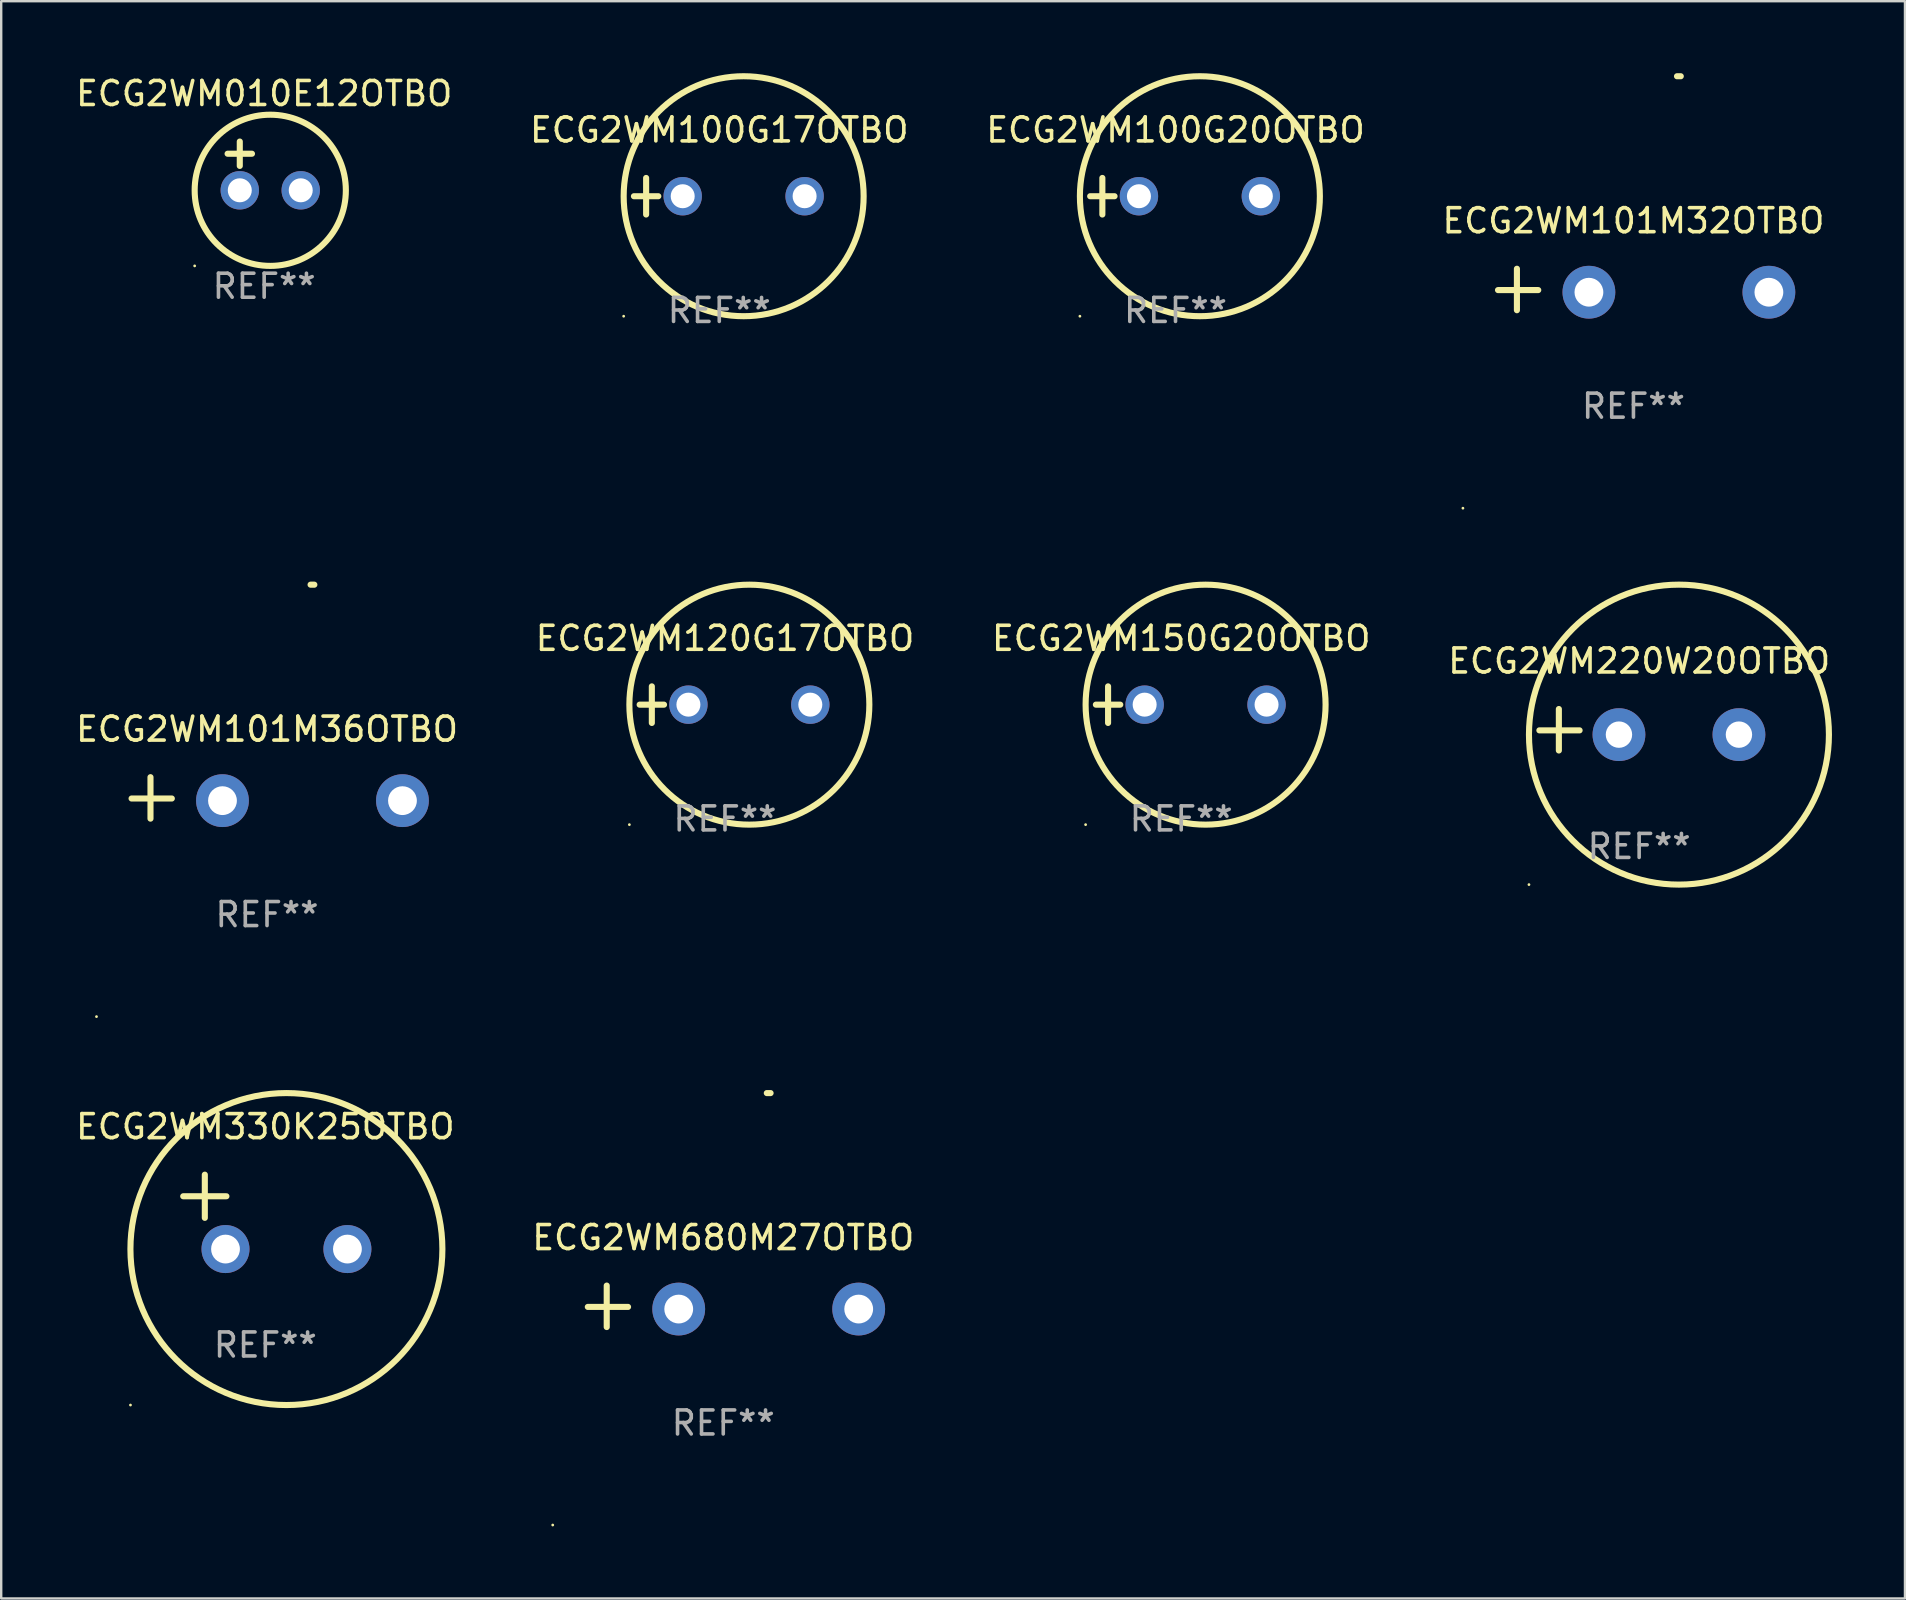
<source format=kicad_pcb>
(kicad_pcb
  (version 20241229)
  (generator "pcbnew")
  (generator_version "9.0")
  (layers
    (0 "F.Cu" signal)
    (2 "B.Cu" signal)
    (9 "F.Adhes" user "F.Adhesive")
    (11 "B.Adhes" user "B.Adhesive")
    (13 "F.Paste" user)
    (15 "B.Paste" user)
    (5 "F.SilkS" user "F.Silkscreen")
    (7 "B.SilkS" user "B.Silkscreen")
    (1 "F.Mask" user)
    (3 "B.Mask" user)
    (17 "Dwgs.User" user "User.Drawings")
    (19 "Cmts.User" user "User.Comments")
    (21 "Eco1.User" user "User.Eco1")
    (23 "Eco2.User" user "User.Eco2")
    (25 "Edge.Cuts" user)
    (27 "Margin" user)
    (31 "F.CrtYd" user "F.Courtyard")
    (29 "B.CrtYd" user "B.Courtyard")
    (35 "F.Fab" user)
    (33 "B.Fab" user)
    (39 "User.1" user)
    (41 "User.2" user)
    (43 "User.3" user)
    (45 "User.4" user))
  (footprint "ECG2WM010E12OTBO"
    (layer "F.Cu")
    (at 7.958 3.864)
    (property "Reference" "ECG2WM010E12OTBO" (at 0 -3.016 0) (layer "F.SilkS") (effects (font (size 1 1) (thickness 0.15))))
    (attr through_hole)
    (fp_line (start -1.524 -0.508) (end -0.508 -0.508) (stroke (width 0.254) (type solid)) (layer "F.SilkS"))
    (fp_line (start -1.016 -1.016) (end -1.016 0) (stroke (width 0.254) (type solid)) (layer "F.SilkS"))
    (fp_circle (center -2.896 4.166) (end -2.866 4.166) (stroke (width 0.06) (type solid)) (fill no) (layer "F.SilkS"))
    (fp_circle (center 0.254 1.016) (end 3.404 1.016) (stroke (width 0.254) (type solid)) (fill no) (layer "F.SilkS"))
    (fp_text user "REF**" (at 0 5.016 0) (layer "F.Fab") (effects (font (size 1 1) (thickness 0.15))))
    (pad "1" thru_hole circle (at -1.016 1.016) (size 1.6 1.6) (drill 1) (layers "*.Cu" "*.Mask"))
    (pad "2" thru_hole circle (at 1.524 1.016) (size 1.6 1.6) (drill 1) (layers "*.Cu" "*.Mask")))
  (footprint "ECG2WM101M36OTBO"
    (layer "F.Cu")
    (at 8.077 30.2)
    (property "Reference" "ECG2WM101M36OTBO" (at 0 -2.864 0) (layer "F.SilkS") (effects (font (size 1 1) (thickness 0.15))))
    (attr through_hole)
    (fp_line (start -4.856 0.864) (end -4.856 -0.864) (stroke (width 0.254) (type solid)) (layer "F.SilkS"))
    (fp_line (start -3.967 0.025) (end -5.644 0.025) (stroke (width 0.254) (type solid)) (layer "F.SilkS"))
    (fp_arc (start 1.815024 -8.885649) (mid 1.893764 -8.88599) (end 1.972504 -8.885649) (stroke (width 0.254001) (type solid)) (layer "F.SilkS"))
    (fp_circle (center -7.106 9.114) (end -7.076 9.114) (stroke (width 0.06) (type solid)) (fill no) (layer "F.SilkS"))
    (fp_text user "REF**" (at 0 4.864 0) (layer "F.Fab") (effects (font (size 1 1) (thickness 0.15))))
    (pad "1" thru_hole circle (at -1.856 0.114) (size 2.2 2.2) (drill 1.2) (layers "*.Cu" "*.Mask"))
    (pad "2" thru_hole circle (at 5.644 0.114) (size 2.2 2.2) (drill 1.2) (layers "*.Cu" "*.Mask")))
  (footprint "ECG2WM330K25OTBO"
    (layer "F.Cu")
    (at 8.006 47.45)
    (property "Reference" "ECG2WM330K25OTBO" (at 0 -3.55 0) (layer "F.SilkS") (effects (font (size 1 1) (thickness 0.15))))
    (attr through_hole)
    (fp_line (start -3.421 -0.65) (end -1.621 -0.65) (stroke (width 0.254) (type solid)) (layer "F.SilkS"))
    (fp_line (start -2.521 -1.55) (end -2.521 0.25) (stroke (width 0.254) (type solid)) (layer "F.SilkS"))
    (fp_circle (center -5.619 8.05) (end -5.589 8.05) (stroke (width 0.06) (type solid)) (fill no) (layer "F.SilkS"))
    (fp_circle (center 0.879 1.55) (end 7.379 1.55) (stroke (width 0.254) (type solid)) (fill no) (layer "F.SilkS"))
    (fp_text user "REF**" (at 0 5.55 0) (layer "F.Fab") (effects (font (size 1 1) (thickness 0.15))))
    (pad "1" thru_hole circle (at -1.659 1.55) (size 2 2) (drill 1.2) (layers "*.Cu" "*.Mask"))
    (pad "2" thru_hole circle (at 3.421 1.55) (size 2 2) (drill 1.2) (layers "*.Cu" "*.Mask")))
  (footprint "ECG2WM220W20OTBO"
    (layer "F.Cu")
    (at 65.256 27.36)
    (property "Reference" "ECG2WM220W20OTBO" (at 0 -2.864 0) (layer "F.SilkS") (effects (font (size 1 1) (thickness 0.15))))
    (attr through_hole)
    (fp_line (start -3.346 0.864) (end -3.346 -0.864) (stroke (width 0.254) (type solid)) (layer "F.SilkS"))
    (fp_line (start -2.482 0.025) (end -4.158 0.025) (stroke (width 0.254) (type solid)) (layer "F.SilkS"))
    (fp_circle (center -4.592 6.453) (end -4.562 6.453) (stroke (width 0.06) (type solid)) (fill no) (layer "F.SilkS"))
    (fp_circle (center 1.658 0.203) (end 7.908 0.203) (stroke (width 0.254) (type solid)) (fill no) (layer "F.SilkS"))
    (fp_text user "REF**" (at 0 4.864 0) (layer "F.Fab") (effects (font (size 1 1) (thickness 0.15))))
    (pad "1" thru_hole circle (at -0.842 0.203) (size 2.2 2.2) (drill 1.1) (layers "*.Cu" "*.Mask"))
    (pad "2" thru_hole circle (at 4.158 0.203) (size 2.2 2.2) (drill 1.1) (layers "*.Cu" "*.Mask")))
  (footprint "ECG2WM100G20OTBO"
    (layer "F.Cu")
    (at 45.935 5.127)
    (property "Reference" "ECG2WM100G20OTBO" (at 0 -2.762 0) (layer "F.SilkS") (effects (font (size 1 1) (thickness 0.15))))
    (attr through_hole)
    (fp_line (start -3.556 0) (end -2.54 0) (stroke (width 0.254) (type solid)) (layer "F.SilkS"))
    (fp_line (start -3.048 -0.762) (end -3.048 0.762) (stroke (width 0.254) (type solid)) (layer "F.SilkS"))
    (fp_circle (center -3.984 5) (end -3.954 5) (stroke (width 0.06) (type solid)) (fill no) (layer "F.SilkS"))
    (fp_circle (center 1.016 0) (end 6.016 0) (stroke (width 0.254) (type solid)) (fill no) (layer "F.SilkS"))
    (fp_text user "REF**" (at 0 4.762 0) (layer "F.Fab") (effects (font (size 1 1) (thickness 0.15))))
    (pad "1" thru_hole circle (at -1.524 0) (size 1.6 1.6) (drill 1) (layers "*.Cu" "*.Mask"))
    (pad "2" thru_hole circle (at 3.556 0) (size 1.6 1.6) (drill 1) (layers "*.Cu" "*.Mask")))
  (footprint "ECG2WM100G17OTBO"
    (layer "F.Cu")
    (at 26.923 5.127)
    (property "Reference" "ECG2WM100G17OTBO" (at 0 -2.762 0) (layer "F.SilkS") (effects (font (size 1 1) (thickness 0.15))))
    (attr through_hole)
    (fp_line (start -3.556 0) (end -2.54 0) (stroke (width 0.254) (type solid)) (layer "F.SilkS"))
    (fp_line (start -3.048 -0.762) (end -3.048 0.762) (stroke (width 0.254) (type solid)) (layer "F.SilkS"))
    (fp_circle (center -3.984 5) (end -3.954 5) (stroke (width 0.06) (type solid)) (fill no) (layer "F.SilkS"))
    (fp_circle (center 1.016 0) (end 6.016 0) (stroke (width 0.254) (type solid)) (fill no) (layer "F.SilkS"))
    (fp_text user "REF**" (at 0 4.762 0) (layer "F.Fab") (effects (font (size 1 1) (thickness 0.15))))
    (pad "1" thru_hole circle (at -1.524 0) (size 1.6 1.6) (drill 1) (layers "*.Cu" "*.Mask"))
    (pad "2" thru_hole circle (at 3.556 0) (size 1.6 1.6) (drill 1) (layers "*.Cu" "*.Mask")))
  (footprint "ECG2WM680M27OTBO"
    (layer "F.Cu")
    (at 27.089 51.386)
    (property "Reference" "ECG2WM680M27OTBO" (at 0 -2.864 0) (layer "F.SilkS") (effects (font (size 1 1) (thickness 0.15))))
    (attr through_hole)
    (fp_line (start -4.856 0.864) (end -4.856 -0.864) (stroke (width 0.254) (type solid)) (layer "F.SilkS"))
    (fp_line (start -3.967 0.025) (end -5.644 0.025) (stroke (width 0.254) (type solid)) (layer "F.SilkS"))
    (fp_arc (start 1.815024 -8.885649) (mid 1.893764 -8.88599) (end 1.972504 -8.885649) (stroke (width 0.254001) (type solid)) (layer "F.SilkS"))
    (fp_circle (center -7.106 9.114) (end -7.076 9.114) (stroke (width 0.06) (type solid)) (fill no) (layer "F.SilkS"))
    (fp_text user "REF**" (at 0 4.864 0) (layer "F.Fab") (effects (font (size 1 1) (thickness 0.15))))
    (pad "1" thru_hole circle (at -1.856 0.114) (size 2.2 2.2) (drill 1.2) (layers "*.Cu" "*.Mask"))
    (pad "2" thru_hole circle (at 5.644 0.114) (size 2.2 2.2) (drill 1.2) (layers "*.Cu" "*.Mask")))
  (footprint "ECG2WM120G17OTBO"
    (layer "F.Cu")
    (at 27.161 26.314)
    (property "Reference" "ECG2WM120G17OTBO" (at 0 -2.762 0) (layer "F.SilkS") (effects (font (size 1 1) (thickness 0.15))))
    (attr through_hole)
    (fp_line (start -3.556 0) (end -2.54 0) (stroke (width 0.254) (type solid)) (layer "F.SilkS"))
    (fp_line (start -3.048 -0.762) (end -3.048 0.762) (stroke (width 0.254) (type solid)) (layer "F.SilkS"))
    (fp_circle (center -3.984 5) (end -3.954 5) (stroke (width 0.06) (type solid)) (fill no) (layer "F.SilkS"))
    (fp_circle (center 1.016 0) (end 6.016 0) (stroke (width 0.254) (type solid)) (fill no) (layer "F.SilkS"))
    (fp_text user "REF**" (at 0 4.762 0) (layer "F.Fab") (effects (font (size 1 1) (thickness 0.15))))
    (pad "1" thru_hole circle (at -1.524 0) (size 1.6 1.6) (drill 1) (layers "*.Cu" "*.Mask"))
    (pad "2" thru_hole circle (at 3.556 0) (size 1.6 1.6) (drill 1) (layers "*.Cu" "*.Mask")))
  (footprint "ECG2WM150G20OTBO"
    (layer "F.Cu")
    (at 46.173 26.314)
    (property "Reference" "ECG2WM150G20OTBO" (at 0 -2.762 0) (layer "F.SilkS") (effects (font (size 1 1) (thickness 0.15))))
    (attr through_hole)
    (fp_line (start -3.556 0) (end -2.54 0) (stroke (width 0.254) (type solid)) (layer "F.SilkS"))
    (fp_line (start -3.048 -0.762) (end -3.048 0.762) (stroke (width 0.254) (type solid)) (layer "F.SilkS"))
    (fp_circle (center -3.984 5) (end -3.954 5) (stroke (width 0.06) (type solid)) (fill no) (layer "F.SilkS"))
    (fp_circle (center 1.016 0) (end 6.016 0) (stroke (width 0.254) (type solid)) (fill no) (layer "F.SilkS"))
    (fp_text user "REF**" (at 0 4.762 0) (layer "F.Fab") (effects (font (size 1 1) (thickness 0.15))))
    (pad "1" thru_hole circle (at -1.524 0) (size 1.6 1.6) (drill 1) (layers "*.Cu" "*.Mask"))
    (pad "2" thru_hole circle (at 3.556 0) (size 1.6 1.6) (drill 1) (layers "*.Cu" "*.Mask")))
  (footprint "ECG2WM101M32OTBO"
    (layer "F.Cu")
    (at 65.018 9.013)
    (property "Reference" "ECG2WM101M32OTBO" (at 0 -2.864 0) (layer "F.SilkS") (effects (font (size 1 1) (thickness 0.15))))
    (attr through_hole)
    (fp_line (start -4.856 0.864) (end -4.856 -0.864) (stroke (width 0.254) (type solid)) (layer "F.SilkS"))
    (fp_line (start -3.967 0.025) (end -5.644 0.025) (stroke (width 0.254) (type solid)) (layer "F.SilkS"))
    (fp_arc (start 1.815024 -8.885649) (mid 1.893764 -8.88599) (end 1.972504 -8.885649) (stroke (width 0.254001) (type solid)) (layer "F.SilkS"))
    (fp_circle (center -7.106 9.114) (end -7.076 9.114) (stroke (width 0.06) (type solid)) (fill no) (layer "F.SilkS"))
    (fp_text user "REF**" (at 0 4.864 0) (layer "F.Fab") (effects (font (size 1 1) (thickness 0.15))))
    (pad "1" thru_hole circle (at -1.856 0.114) (size 2.2 2.2) (drill 1.2) (layers "*.Cu" "*.Mask"))
    (pad "2" thru_hole circle (at 5.644 0.114) (size 2.2 2.2) (drill 1.2) (layers "*.Cu" "*.Mask")))
  (gr_rect
    (start -3 -3)
    (end 76.333 63.56)
    (stroke (width 0.1) (type default))
    (fill no)
    (layer "Edge.Cuts")))
</source>
